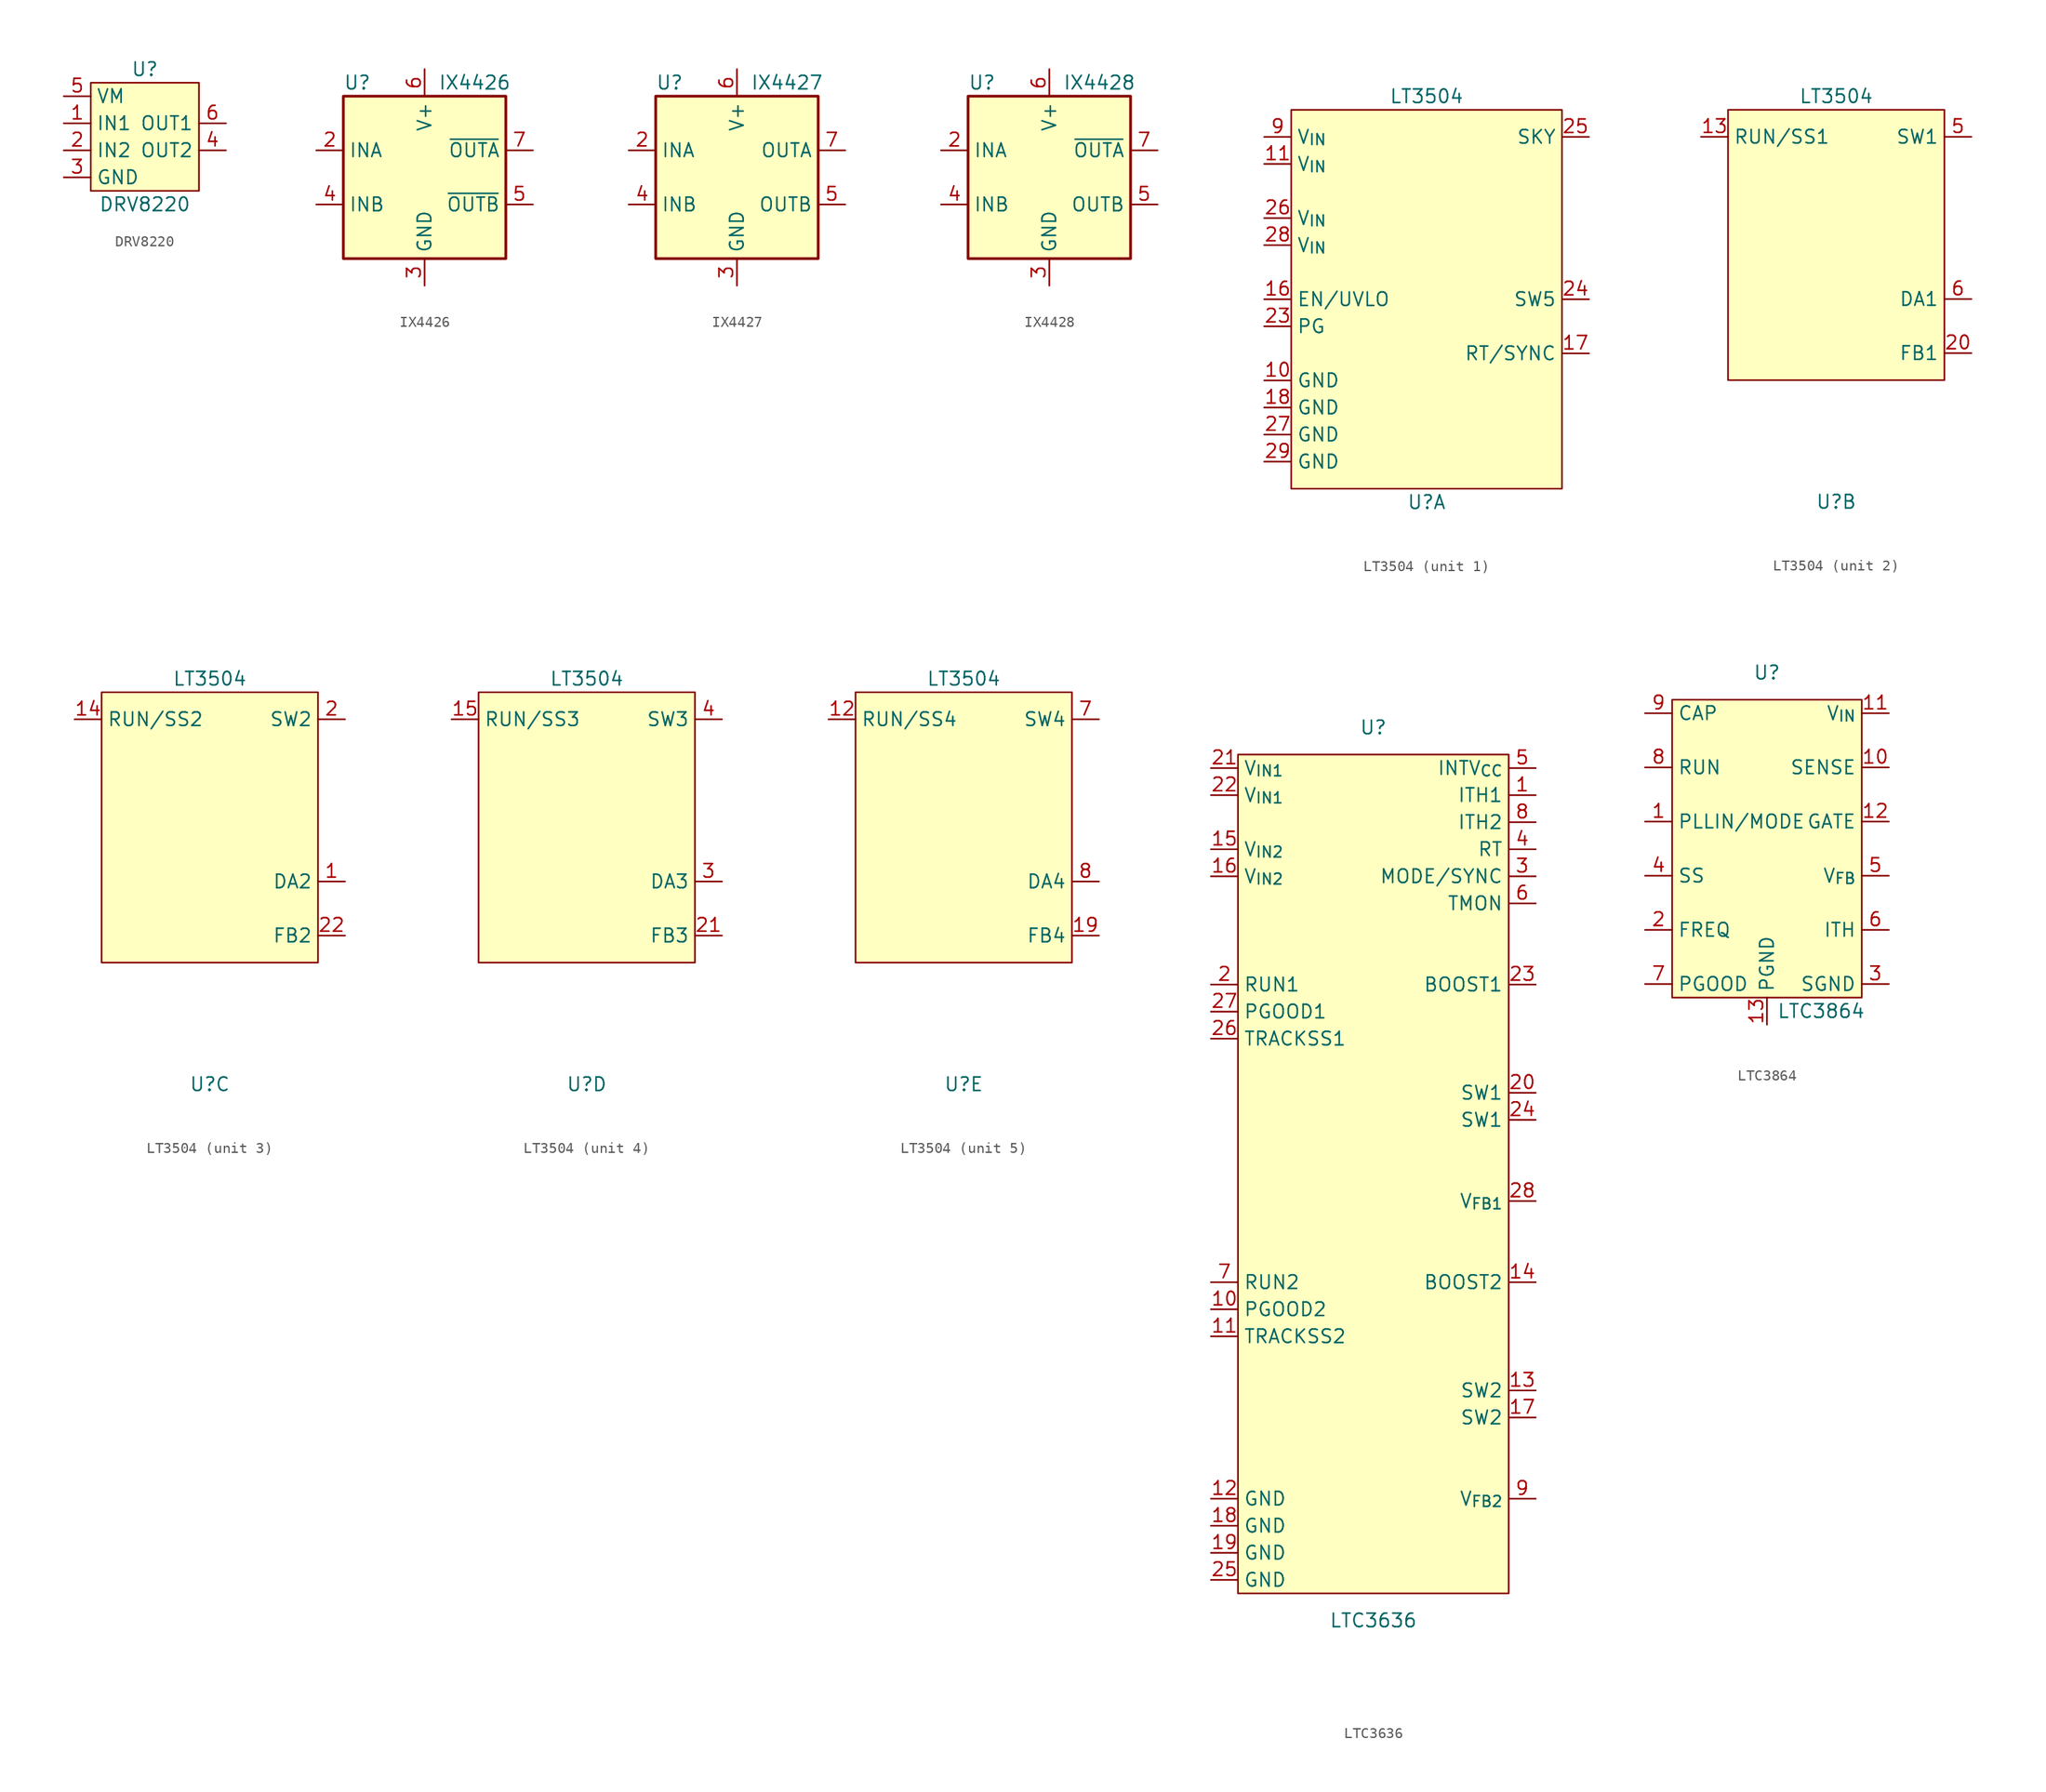
<source format=kicad_sym>
(kicad_symbol_lib
  (version 20220914)
  (generator kicad_symbol_editor)
  (symbol "DRV8220"
    (property "Reference" "U"
      (at 0 6.35 0)
      (effects (font (size 1.27 1.27))))
    (property "Value" "DRV8220"
      (at 0 -6.35 0)
      (effects (font (size 1.27 1.27))))
    (symbol "DRV8220_0_1"
      (rectangle (start -5.08 5.08) (end 5.08 -5.08) (stroke (width 0.152) (type default)) (fill (type background))))
    (symbol "DRV8220_1_1"
      (pin input line (at -7.62 1.27 0) (length 2.54) (name "IN1" (effects (font (size 1.27 1.27)))) (number "1" (effects (font (size 1.27 1.27)))))
      (pin input line (at -7.62 -1.27 0) (length 2.54) (name "IN2" (effects (font (size 1.27 1.27)))) (number "2" (effects (font (size 1.27 1.27)))))
      (pin power_in line (at -7.62 -3.81 0) (length 2.54) (name "GND" (effects (font (size 1.27 1.27)))) (number "3" (effects (font (size 1.27 1.27)))))
      (pin input line (at 7.62 -1.27 180) (length 2.54) (name "OUT2" (effects (font (size 1.27 1.27)))) (number "4" (effects (font (size 1.27 1.27)))))
      (pin power_in line (at -7.62 3.81 0) (length 2.54) (name "VM" (effects (font (size 1.27 1.27)))) (number "5" (effects (font (size 1.27 1.27)))))
      (pin input line (at 7.62 1.27 180) (length 2.54) (name "OUT1" (effects (font (size 1.27 1.27)))) (number "6" (effects (font (size 1.27 1.27)))))))
  (symbol "IX4426"
    (property "Reference" "U"
      (at -7.62 8.89 0)
      (effects (font (size 1.27 1.27)) (justify left)))
    (property "Value" "IX4426"
      (at 1.27 8.89 0)
      (effects (font (size 1.27 1.27)) (justify left)))
    (symbol "IX4426_0_1"
      (rectangle (start -7.62 -7.62) (end 7.62 7.62) (stroke (width 0.254) (type default)) (fill (type background))))
    (symbol "IX4426_1_1"
      (pin no_connect line (at -7.62 0 0) (length 2.54) hide (name "NC" (effects (font (size 1.27 1.27)))) (number "1" (effects (font (size 1.27 1.27)))))
      (pin input line (at -10.16 2.54 0) (length 2.54) (name "INA" (effects (font (size 1.27 1.27)))) (number "2" (effects (font (size 1.27 1.27)))))
      (pin power_in line (at 0 -10.16 90) (length 2.54) (name "GND" (effects (font (size 1.27 1.27)))) (number "3" (effects (font (size 1.27 1.27)))))
      (pin input line (at -10.16 -2.54 0) (length 2.54) (name "INB" (effects (font (size 1.27 1.27)))) (number "4" (effects (font (size 1.27 1.27)))))
      (pin output line (at 10.16 -2.54 180) (length 2.54) (name "~{OUTB}" (effects (font (size 1.27 1.27)))) (number "5" (effects (font (size 1.27 1.27)))))
      (pin power_in line (at 0 10.16 270) (length 2.54) (name "V+" (effects (font (size 1.27 1.27)))) (number "6" (effects (font (size 1.27 1.27)))))
      (pin output line (at 10.16 2.54 180) (length 2.54) (name "~{OUTA}" (effects (font (size 1.27 1.27)))) (number "7" (effects (font (size 1.27 1.27)))))
      (pin no_connect line (at 7.62 0 180) (length 2.54) hide (name "NC" (effects (font (size 1.27 1.27)))) (number "8" (effects (font (size 1.27 1.27)))))))
  (symbol "IX4427"
    (property "Reference" "U"
      (at -7.62 8.89 0)
      (effects (font (size 1.27 1.27)) (justify left)))
    (property "Value" "IX4427"
      (at 1.27 8.89 0)
      (effects (font (size 1.27 1.27)) (justify left)))
    (symbol "IX4427_0_1"
      (rectangle (start -7.62 -7.62) (end 7.62 7.62) (stroke (width 0.254) (type default)) (fill (type background))))
    (symbol "IX4427_1_1"
      (pin no_connect line (at -7.62 0 0) (length 2.54) hide (name "NC" (effects (font (size 1.27 1.27)))) (number "1" (effects (font (size 1.27 1.27)))))
      (pin input line (at -10.16 2.54 0) (length 2.54) (name "INA" (effects (font (size 1.27 1.27)))) (number "2" (effects (font (size 1.27 1.27)))))
      (pin power_in line (at 0 -10.16 90) (length 2.54) (name "GND" (effects (font (size 1.27 1.27)))) (number "3" (effects (font (size 1.27 1.27)))))
      (pin input line (at -10.16 -2.54 0) (length 2.54) (name "INB" (effects (font (size 1.27 1.27)))) (number "4" (effects (font (size 1.27 1.27)))))
      (pin output line (at 10.16 -2.54 180) (length 2.54) (name "OUTB" (effects (font (size 1.27 1.27)))) (number "5" (effects (font (size 1.27 1.27)))))
      (pin power_in line (at 0 10.16 270) (length 2.54) (name "V+" (effects (font (size 1.27 1.27)))) (number "6" (effects (font (size 1.27 1.27)))))
      (pin output line (at 10.16 2.54 180) (length 2.54) (name "OUTA" (effects (font (size 1.27 1.27)))) (number "7" (effects (font (size 1.27 1.27)))))
      (pin no_connect line (at 7.62 0 180) (length 2.54) hide (name "NC" (effects (font (size 1.27 1.27)))) (number "8" (effects (font (size 1.27 1.27)))))))
  (symbol "IX4428"
    (property "Reference" "U"
      (at -7.62 8.89 0)
      (effects (font (size 1.27 1.27)) (justify left)))
    (property "Value" "IX4428"
      (at 1.27 8.89 0)
      (effects (font (size 1.27 1.27)) (justify left)))
    (symbol "IX4428_0_1"
      (rectangle (start -7.62 -7.62) (end 7.62 7.62) (stroke (width 0.254) (type default)) (fill (type background))))
    (symbol "IX4428_1_1"
      (pin no_connect line (at -7.62 0 0) (length 2.54) hide (name "NC" (effects (font (size 1.27 1.27)))) (number "1" (effects (font (size 1.27 1.27)))))
      (pin input line (at -10.16 2.54 0) (length 2.54) (name "INA" (effects (font (size 1.27 1.27)))) (number "2" (effects (font (size 1.27 1.27)))))
      (pin power_in line (at 0 -10.16 90) (length 2.54) (name "GND" (effects (font (size 1.27 1.27)))) (number "3" (effects (font (size 1.27 1.27)))))
      (pin input line (at -10.16 -2.54 0) (length 2.54) (name "INB" (effects (font (size 1.27 1.27)))) (number "4" (effects (font (size 1.27 1.27)))))
      (pin output line (at 10.16 -2.54 180) (length 2.54) (name "OUTB" (effects (font (size 1.27 1.27)))) (number "5" (effects (font (size 1.27 1.27)))))
      (pin power_in line (at 0 10.16 270) (length 2.54) (name "V+" (effects (font (size 1.27 1.27)))) (number "6" (effects (font (size 1.27 1.27)))))
      (pin output line (at 10.16 2.54 180) (length 2.54) (name "~{OUTA}" (effects (font (size 1.27 1.27)))) (number "7" (effects (font (size 1.27 1.27)))))
      (pin no_connect line (at 7.62 0 180) (length 2.54) hide (name "NC" (effects (font (size 1.27 1.27)))) (number "8" (effects (font (size 1.27 1.27)))))))
  (symbol "LT3504"
    (property "Reference" "U"
      (at 0 -24.13 0)
      (effects (font (size 1.27 1.27))))
    (property "Value" "LT3504"
      (at 0 13.97 0)
      (effects (font (size 1.27 1.27))))
    (property "ki_locked" ""
      (at 0 0 0)
      (effects (font (size 1.27 1.27))))
    (symbol "LT3504_1_1"
      (rectangle (start -12.7 12.7) (end 12.7 -22.86) (stroke (width 0) (type default)) (fill (type background)))
      (pin power_in line (at -15.24 -12.7 0) (length 2.54) (name "GND" (effects (font (size 1.27 1.27)))) (number "10" (effects (font (size 1.27 1.27)))))
      (pin power_in line (at -15.24 7.62 0) (length 2.54) (name "V_{IN}" (effects (font (size 1.27 1.27)))) (number "11" (effects (font (size 1.27 1.27)))))
      (pin input line (at -15.24 -5.08 0) (length 2.54) (name "EN/UVLO" (effects (font (size 1.27 1.27)))) (number "16" (effects (font (size 1.27 1.27)))))
      (pin bidirectional line (at 15.24 -10.16 180) (length 2.54) (name "RT/SYNC" (effects (font (size 1.27 1.27)))) (number "17" (effects (font (size 1.27 1.27)))))
      (pin power_in line (at -15.24 -15.24 0) (length 2.54) (name "GND" (effects (font (size 1.27 1.27)))) (number "18" (effects (font (size 1.27 1.27)))))
      (pin output line (at -15.24 -7.62 0) (length 2.54) (name "PG" (effects (font (size 1.27 1.27)))) (number "23" (effects (font (size 1.27 1.27)))))
      (pin bidirectional line (at 15.24 -5.08 180) (length 2.54) (name "SW5" (effects (font (size 1.27 1.27)))) (number "24" (effects (font (size 1.27 1.27)))))
      (pin bidirectional line (at 15.24 10.16 180) (length 2.54) (name "SKY" (effects (font (size 1.27 1.27)))) (number "25" (effects (font (size 1.27 1.27)))))
      (pin power_in line (at -15.24 2.54 0) (length 2.54) (name "V_{IN}" (effects (font (size 1.27 1.27)))) (number "26" (effects (font (size 1.27 1.27)))))
      (pin power_in line (at -15.24 -17.78 0) (length 2.54) (name "GND" (effects (font (size 1.27 1.27)))) (number "27" (effects (font (size 1.27 1.27)))))
      (pin power_in line (at -15.24 0 0) (length 2.54) (name "V_{IN}" (effects (font (size 1.27 1.27)))) (number "28" (effects (font (size 1.27 1.27)))))
      (pin power_in line (at -15.24 -20.32 0) (length 2.54) (name "GND" (effects (font (size 1.27 1.27)))) (number "29" (effects (font (size 1.27 1.27)))))
      (pin power_in line (at -15.24 10.16 0) (length 2.54) (name "V_{IN}" (effects (font (size 1.27 1.27)))) (number "9" (effects (font (size 1.27 1.27))))))
    (symbol "LT3504_2_1"
      (rectangle (start -10.16 12.7) (end 10.16 -12.7) (stroke (width 0) (type default)) (fill (type background)))
      (pin input line (at -12.7 10.16 0) (length 2.54) (name "RUN/SS1" (effects (font (size 1.27 1.27)))) (number "13" (effects (font (size 1.27 1.27)))))
      (pin input line (at 12.7 -10.16 180) (length 2.54) (name "FB1" (effects (font (size 1.27 1.27)))) (number "20" (effects (font (size 1.27 1.27)))))
      (pin power_out line (at 12.7 10.16 180) (length 2.54) (name "SW1" (effects (font (size 1.27 1.27)))) (number "5" (effects (font (size 1.27 1.27)))))
      (pin power_out line (at 12.7 -5.08 180) (length 2.54) (name "DA1" (effects (font (size 1.27 1.27)))) (number "6" (effects (font (size 1.27 1.27))))))
    (symbol "LT3504_3_1"
      (rectangle (start -10.16 12.7) (end 10.16 -12.7) (stroke (width 0) (type default)) (fill (type background)))
      (pin power_out line (at 12.7 -5.08 180) (length 2.54) (name "DA2" (effects (font (size 1.27 1.27)))) (number "1" (effects (font (size 1.27 1.27)))))
      (pin input line (at -12.7 10.16 0) (length 2.54) (name "RUN/SS2" (effects (font (size 1.27 1.27)))) (number "14" (effects (font (size 1.27 1.27)))))
      (pin power_out line (at 12.7 10.16 180) (length 2.54) (name "SW2" (effects (font (size 1.27 1.27)))) (number "2" (effects (font (size 1.27 1.27)))))
      (pin input line (at 12.7 -10.16 180) (length 2.54) (name "FB2" (effects (font (size 1.27 1.27)))) (number "22" (effects (font (size 1.27 1.27))))))
    (symbol "LT3504_4_1"
      (rectangle (start -10.16 12.7) (end 10.16 -12.7) (stroke (width 0) (type default)) (fill (type background)))
      (pin input line (at -12.7 10.16 0) (length 2.54) (name "RUN/SS3" (effects (font (size 1.27 1.27)))) (number "15" (effects (font (size 1.27 1.27)))))
      (pin input line (at 12.7 -10.16 180) (length 2.54) (name "FB3" (effects (font (size 1.27 1.27)))) (number "21" (effects (font (size 1.27 1.27)))))
      (pin power_out line (at 12.7 -5.08 180) (length 2.54) (name "DA3" (effects (font (size 1.27 1.27)))) (number "3" (effects (font (size 1.27 1.27)))))
      (pin power_out line (at 12.7 10.16 180) (length 2.54) (name "SW3" (effects (font (size 1.27 1.27)))) (number "4" (effects (font (size 1.27 1.27))))))
    (symbol "LT3504_5_1"
      (rectangle (start -10.16 12.7) (end 10.16 -12.7) (stroke (width 0) (type default)) (fill (type background)))
      (pin input line (at -12.7 10.16 0) (length 2.54) (name "RUN/SS4" (effects (font (size 1.27 1.27)))) (number "12" (effects (font (size 1.27 1.27)))))
      (pin input line (at 12.7 -10.16 180) (length 2.54) (name "FB4" (effects (font (size 1.27 1.27)))) (number "19" (effects (font (size 1.27 1.27)))))
      (pin power_out line (at 12.7 10.16 180) (length 2.54) (name "SW4" (effects (font (size 1.27 1.27)))) (number "7" (effects (font (size 1.27 1.27)))))
      (pin power_out line (at 12.7 -5.08 180) (length 2.54) (name "DA4" (effects (font (size 1.27 1.27)))) (number "8" (effects (font (size 1.27 1.27)))))))
  (symbol "LTC3636"
    (property "Reference" "U"
      (at 0 41.91 0)
      (effects (font (size 1.27 1.27))))
    (property "Value" "LTC3636"
      (at 0 -41.91 0)
      (effects (font (size 1.27 1.27))))
    (symbol "LTC3636_0_1"
      (rectangle (start -12.7 39.37) (end 12.7 -39.37) (stroke (width 0.152) (type default)) (fill (type background))))
    (symbol "LTC3636_1_1"
      (pin passive line (at 15.24 35.56 180) (length 2.54) (name "ITH1" (effects (font (size 1.27 1.27)))) (number "1" (effects (font (size 1.27 1.27)))))
      (pin input line (at -15.24 -12.7 0) (length 2.54) (name "PGOOD2" (effects (font (size 1.27 1.27)))) (number "10" (effects (font (size 1.27 1.27)))))
      (pin input line (at -15.24 -15.24 0) (length 2.54) (name "TRACKSS2" (effects (font (size 1.27 1.27)))) (number "11" (effects (font (size 1.27 1.27)))))
      (pin power_in line (at -15.24 -30.48 0) (length 2.54) (name "GND" (effects (font (size 1.27 1.27)))) (number "12" (effects (font (size 1.27 1.27)))))
      (pin power_out line (at 15.24 -20.32 180) (length 2.54) (name "SW2" (effects (font (size 1.27 1.27)))) (number "13" (effects (font (size 1.27 1.27)))))
      (pin bidirectional line (at 15.24 -10.16 180) (length 2.54) (name "BOOST2" (effects (font (size 1.27 1.27)))) (number "14" (effects (font (size 1.27 1.27)))))
      (pin power_in line (at -15.24 30.48 0) (length 2.54) (name "V_{IN2}" (effects (font (size 1.27 1.27)))) (number "15" (effects (font (size 1.27 1.27)))))
      (pin power_in line (at -15.24 27.94 0) (length 2.54) (name "V_{IN2}" (effects (font (size 1.27 1.27)))) (number "16" (effects (font (size 1.27 1.27)))))
      (pin passive line (at 15.24 -22.86 180) (length 2.54) (name "SW2" (effects (font (size 1.27 1.27)))) (number "17" (effects (font (size 1.27 1.27)))))
      (pin power_in line (at -15.24 -33.02 0) (length 2.54) (name "GND" (effects (font (size 1.27 1.27)))) (number "18" (effects (font (size 1.27 1.27)))))
      (pin power_in line (at -15.24 -35.56 0) (length 2.54) (name "GND" (effects (font (size 1.27 1.27)))) (number "19" (effects (font (size 1.27 1.27)))))
      (pin input line (at -15.24 17.78 0) (length 2.54) (name "RUN1" (effects (font (size 1.27 1.27)))) (number "2" (effects (font (size 1.27 1.27)))))
      (pin power_out line (at 15.24 7.62 180) (length 2.54) (name "SW1" (effects (font (size 1.27 1.27)))) (number "20" (effects (font (size 1.27 1.27)))))
      (pin power_in line (at -15.24 38.1 0) (length 2.54) (name "V_{IN1}" (effects (font (size 1.27 1.27)))) (number "21" (effects (font (size 1.27 1.27)))))
      (pin power_in line (at -15.24 35.56 0) (length 2.54) (name "V_{IN1}" (effects (font (size 1.27 1.27)))) (number "22" (effects (font (size 1.27 1.27)))))
      (pin bidirectional line (at 15.24 17.78 180) (length 2.54) (name "BOOST1" (effects (font (size 1.27 1.27)))) (number "23" (effects (font (size 1.27 1.27)))))
      (pin passive line (at 15.24 5.08 180) (length 2.54) (name "SW1" (effects (font (size 1.27 1.27)))) (number "24" (effects (font (size 1.27 1.27)))))
      (pin power_in line (at -15.24 -38.1 0) (length 2.54) (name "GND" (effects (font (size 1.27 1.27)))) (number "25" (effects (font (size 1.27 1.27)))))
      (pin input line (at -15.24 12.7 0) (length 2.54) (name "TRACKSS1" (effects (font (size 1.27 1.27)))) (number "26" (effects (font (size 1.27 1.27)))))
      (pin input line (at -15.24 15.24 0) (length 2.54) (name "PGOOD1" (effects (font (size 1.27 1.27)))) (number "27" (effects (font (size 1.27 1.27)))))
      (pin input line (at 15.24 -2.54 180) (length 2.54) (name "V_{FB1}" (effects (font (size 1.27 1.27)))) (number "28" (effects (font (size 1.27 1.27)))))
      (pin input line (at 15.24 27.94 180) (length 2.54) (name "MODE/SYNC" (effects (font (size 1.27 1.27)))) (number "3" (effects (font (size 1.27 1.27)))))
      (pin input line (at 15.24 30.48 180) (length 2.54) (name "RT" (effects (font (size 1.27 1.27)))) (number "4" (effects (font (size 1.27 1.27)))))
      (pin power_out line (at 15.24 38.1 180) (length 2.54) (name "INTV_{CC}" (effects (font (size 1.27 1.27)))) (number "5" (effects (font (size 1.27 1.27)))))
      (pin passive line (at 15.24 25.4 180) (length 2.54) (name "TMON" (effects (font (size 1.27 1.27)))) (number "6" (effects (font (size 1.27 1.27)))))
      (pin input line (at -15.24 -10.16 0) (length 2.54) (name "RUN2" (effects (font (size 1.27 1.27)))) (number "7" (effects (font (size 1.27 1.27)))))
      (pin passive line (at 15.24 33.02 180) (length 2.54) (name "ITH2" (effects (font (size 1.27 1.27)))) (number "8" (effects (font (size 1.27 1.27)))))
      (pin output line (at 15.24 -30.48 180) (length 2.54) (name "V_{FB2}" (effects (font (size 1.27 1.27)))) (number "9" (effects (font (size 1.27 1.27)))))))
  (symbol "LTC3864"
    (property "Reference" "U"
      (at 0 16.51 0)
      (effects (font (size 1.27 1.27))))
    (property "Value" "LTC3864"
      (at 5.08 -15.24 0)
      (effects (font (size 1.27 1.27))))
    (symbol "LTC3864_0_1"
      (rectangle (start -8.89 13.97) (end 8.89 -13.97) (stroke (width 0.152) (type default)) (fill (type background))))
    (symbol "LTC3864_1_1"
      (pin input line (at -11.43 2.54 0) (length 2.54) (name "PLLIN/MODE" (effects (font (size 1.27 1.27)))) (number "1" (effects (font (size 1.27 1.27)))))
      (pin input line (at 11.43 7.62 180) (length 2.54) (name "SENSE" (effects (font (size 1.27 1.27)))) (number "10" (effects (font (size 1.27 1.27)))))
      (pin power_in line (at 11.43 12.7 180) (length 2.54) (name "V_{IN}" (effects (font (size 1.27 1.27)))) (number "11" (effects (font (size 1.27 1.27)))))
      (pin output line (at 11.43 2.54 180) (length 2.54) (name "GATE" (effects (font (size 1.27 1.27)))) (number "12" (effects (font (size 1.27 1.27)))))
      (pin power_in line (at 0 -16.51 90) (length 2.54) (name "PGND" (effects (font (size 1.27 1.27)))) (number "13" (effects (font (size 1.27 1.27)))))
      (pin passive line (at -11.43 -7.62 0) (length 2.54) (name "FREQ" (effects (font (size 1.27 1.27)))) (number "2" (effects (font (size 1.27 1.27)))))
      (pin power_in line (at 11.43 -12.7 180) (length 2.54) (name "SGND" (effects (font (size 1.27 1.27)))) (number "3" (effects (font (size 1.27 1.27)))))
      (pin bidirectional line (at -11.43 -2.54 0) (length 2.54) (name "SS" (effects (font (size 1.27 1.27)))) (number "4" (effects (font (size 1.27 1.27)))))
      (pin input line (at 11.43 -2.54 180) (length 2.54) (name "V_{FB}" (effects (font (size 1.27 1.27)))) (number "5" (effects (font (size 1.27 1.27)))))
      (pin bidirectional line (at 11.43 -7.62 180) (length 2.54) (name "ITH" (effects (font (size 1.27 1.27)))) (number "6" (effects (font (size 1.27 1.27)))))
      (pin bidirectional line (at -11.43 -12.7 0) (length 2.54) (name "PGOOD" (effects (font (size 1.27 1.27)))) (number "7" (effects (font (size 1.27 1.27)))))
      (pin input line (at -11.43 7.62 0) (length 2.54) (name "RUN" (effects (font (size 1.27 1.27)))) (number "8" (effects (font (size 1.27 1.27)))))
      (pin bidirectional line (at -11.43 12.7 0) (length 2.54) (name "CAP" (effects (font (size 1.27 1.27)))) (number "9" (effects (font (size 1.27 1.27))))))))
</source>
